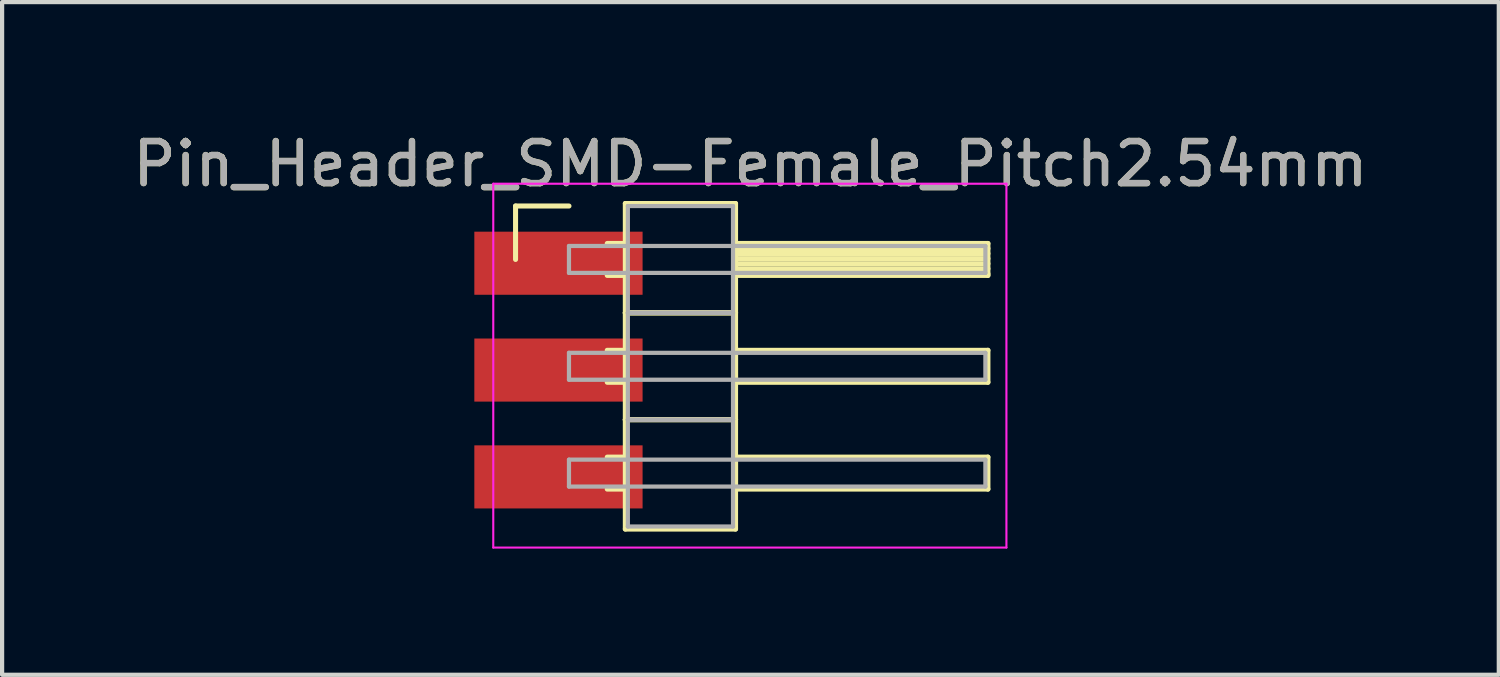
<source format=kicad_pcb>
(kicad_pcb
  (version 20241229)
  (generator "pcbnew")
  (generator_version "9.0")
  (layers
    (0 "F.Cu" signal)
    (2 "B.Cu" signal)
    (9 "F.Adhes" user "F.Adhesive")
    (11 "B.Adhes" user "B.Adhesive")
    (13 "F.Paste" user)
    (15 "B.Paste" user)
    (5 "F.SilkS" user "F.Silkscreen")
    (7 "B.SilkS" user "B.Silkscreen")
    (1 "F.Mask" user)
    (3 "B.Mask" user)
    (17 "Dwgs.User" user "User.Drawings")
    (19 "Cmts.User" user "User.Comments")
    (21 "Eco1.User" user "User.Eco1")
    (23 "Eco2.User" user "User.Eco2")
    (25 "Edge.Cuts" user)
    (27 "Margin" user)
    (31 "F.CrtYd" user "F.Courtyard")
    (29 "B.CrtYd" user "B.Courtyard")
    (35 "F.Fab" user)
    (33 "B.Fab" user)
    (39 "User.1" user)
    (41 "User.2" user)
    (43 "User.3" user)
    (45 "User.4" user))
  (footprint "Pin_Header_SMD-Female_Pitch2.54mm"
    (layer "F.Cu")
    (at 10.227 5.748)
    (property "Reference" "Pin_Header_SMD-Female_Pitch2.54mm" (at 4.565 -4.9 0) (layer "F.SilkS") (effects (font (size 1 1) (thickness 0.15))))
    (attr through_hole)
    (fp_line (start -1.02 -3.9) (end 0.25 -3.9) (stroke (width 0.12) (type solid)) (layer "F.SilkS"))
    (fp_line (start -1.02 -2.63) (end -1.02 -3.9) (stroke (width 0.12) (type solid)) (layer "F.SilkS"))
    (fp_line (start 1.16 -3.01) (end 1.59 -3.01) (stroke (width 0.12) (type solid)) (layer "F.SilkS"))
    (fp_line (start 1.16 -2.25) (end 1.59 -2.25) (stroke (width 0.12) (type solid)) (layer "F.SilkS"))
    (fp_line (start 1.16 -0.47) (end 1.59 -0.47) (stroke (width 0.12) (type solid)) (layer "F.SilkS"))
    (fp_line (start 1.16 0.29) (end 1.59 0.29) (stroke (width 0.12) (type solid)) (layer "F.SilkS"))
    (fp_line (start 1.16 2.07) (end 1.59 2.07) (stroke (width 0.12) (type solid)) (layer "F.SilkS"))
    (fp_line (start 1.16 2.83) (end 1.59 2.83) (stroke (width 0.12) (type solid)) (layer "F.SilkS"))
    (fp_line (start 1.59 -3.96) (end 1.59 -1.36) (stroke (width 0.12) (type solid)) (layer "F.SilkS"))
    (fp_line (start 1.59 -1.36) (end 1.59 1.18) (stroke (width 0.12) (type solid)) (layer "F.SilkS"))
    (fp_line (start 1.59 -1.36) (end 4.21 -1.36) (stroke (width 0.12) (type solid)) (layer "F.SilkS"))
    (fp_line (start 1.59 1.18) (end 1.59 3.78) (stroke (width 0.12) (type solid)) (layer "F.SilkS"))
    (fp_line (start 1.59 1.18) (end 4.21 1.18) (stroke (width 0.12) (type solid)) (layer "F.SilkS"))
    (fp_line (start 1.59 3.78) (end 4.21 3.78) (stroke (width 0.12) (type solid)) (layer "F.SilkS"))
    (fp_line (start 4.21 -3.96) (end 1.59 -3.96) (stroke (width 0.12) (type solid)) (layer "F.SilkS"))
    (fp_line (start 4.21 -3.01) (end 4.21 -2.25) (stroke (width 0.12) (type solid)) (layer "F.SilkS"))
    (fp_line (start 4.21 -2.89) (end 10.21 -2.89) (stroke (width 0.12) (type solid)) (layer "F.SilkS"))
    (fp_line (start 4.21 -2.77) (end 10.21 -2.77) (stroke (width 0.12) (type solid)) (layer "F.SilkS"))
    (fp_line (start 4.21 -2.65) (end 10.21 -2.65) (stroke (width 0.12) (type solid)) (layer "F.SilkS"))
    (fp_line (start 4.21 -2.53) (end 10.21 -2.53) (stroke (width 0.12) (type solid)) (layer "F.SilkS"))
    (fp_line (start 4.21 -2.41) (end 10.21 -2.41) (stroke (width 0.12) (type solid)) (layer "F.SilkS"))
    (fp_line (start 4.21 -2.29) (end 10.21 -2.29) (stroke (width 0.12) (type solid)) (layer "F.SilkS"))
    (fp_line (start 4.21 -2.25) (end 10.21 -2.25) (stroke (width 0.12) (type solid)) (layer "F.SilkS"))
    (fp_line (start 4.21 -1.36) (end 1.59 -1.36) (stroke (width 0.12) (type solid)) (layer "F.SilkS"))
    (fp_line (start 4.21 -1.36) (end 4.21 -3.96) (stroke (width 0.12) (type solid)) (layer "F.SilkS"))
    (fp_line (start 4.21 -0.47) (end 4.21 0.29) (stroke (width 0.12) (type solid)) (layer "F.SilkS"))
    (fp_line (start 4.21 0.29) (end 10.21 0.29) (stroke (width 0.12) (type solid)) (layer "F.SilkS"))
    (fp_line (start 4.21 1.18) (end 1.59 1.18) (stroke (width 0.12) (type solid)) (layer "F.SilkS"))
    (fp_line (start 4.21 1.18) (end 4.21 -1.36) (stroke (width 0.12) (type solid)) (layer "F.SilkS"))
    (fp_line (start 4.21 2.07) (end 4.21 2.83) (stroke (width 0.12) (type solid)) (layer "F.SilkS"))
    (fp_line (start 4.21 2.83) (end 10.21 2.83) (stroke (width 0.12) (type solid)) (layer "F.SilkS"))
    (fp_line (start 4.21 3.78) (end 4.21 1.18) (stroke (width 0.12) (type solid)) (layer "F.SilkS"))
    (fp_line (start 10.21 -3.01) (end 4.21 -3.01) (stroke (width 0.12) (type solid)) (layer "F.SilkS"))
    (fp_line (start 10.21 -2.25) (end 10.21 -3.01) (stroke (width 0.12) (type solid)) (layer "F.SilkS"))
    (fp_line (start 10.21 -0.47) (end 4.21 -0.47) (stroke (width 0.12) (type solid)) (layer "F.SilkS"))
    (fp_line (start 10.21 0.29) (end 10.21 -0.47) (stroke (width 0.12) (type solid)) (layer "F.SilkS"))
    (fp_line (start 10.21 2.07) (end 4.21 2.07) (stroke (width 0.12) (type solid)) (layer "F.SilkS"))
    (fp_line (start 10.21 2.83) (end 10.21 2.07) (stroke (width 0.12) (type solid)) (layer "F.SilkS"))
    (fp_line (start -1.55 -4.43) (end -1.55 4.22) (stroke (width 0.05) (type solid)) (layer "F.CrtYd"))
    (fp_line (start -1.55 4.22) (end 10.65 4.22) (stroke (width 0.05) (type solid)) (layer "F.CrtYd"))
    (fp_line (start 10.65 -4.43) (end -1.55 -4.43) (stroke (width 0.05) (type solid)) (layer "F.CrtYd"))
    (fp_line (start 10.65 4.22) (end 10.65 -4.43) (stroke (width 0.05) (type solid)) (layer "F.CrtYd"))
    (fp_line (start 0.25 -2.95) (end 0.25 -2.31) (stroke (width 0.1) (type solid)) (layer "F.Fab"))
    (fp_line (start 0.25 -2.31) (end 10.15 -2.31) (stroke (width 0.1) (type solid)) (layer "F.Fab"))
    (fp_line (start 0.25 -0.41) (end 0.25 0.23) (stroke (width 0.1) (type solid)) (layer "F.Fab"))
    (fp_line (start 0.25 0.23) (end 10.15 0.23) (stroke (width 0.1) (type solid)) (layer "F.Fab"))
    (fp_line (start 0.25 2.13) (end 0.25 2.77) (stroke (width 0.1) (type solid)) (layer "F.Fab"))
    (fp_line (start 0.25 2.77) (end 10.15 2.77) (stroke (width 0.1) (type solid)) (layer "F.Fab"))
    (fp_line (start 1.65 -3.9) (end 1.65 -1.36) (stroke (width 0.1) (type solid)) (layer "F.Fab"))
    (fp_line (start 1.65 -1.36) (end 1.65 1.18) (stroke (width 0.1) (type solid)) (layer "F.Fab"))
    (fp_line (start 1.65 -1.36) (end 4.15 -1.36) (stroke (width 0.1) (type solid)) (layer "F.Fab"))
    (fp_line (start 1.65 1.18) (end 1.65 3.72) (stroke (width 0.1) (type solid)) (layer "F.Fab"))
    (fp_line (start 1.65 1.18) (end 4.15 1.18) (stroke (width 0.1) (type solid)) (layer "F.Fab"))
    (fp_line (start 1.65 3.72) (end 4.15 3.72) (stroke (width 0.1) (type solid)) (layer "F.Fab"))
    (fp_line (start 4.15 -3.9) (end 1.65 -3.9) (stroke (width 0.1) (type solid)) (layer "F.Fab"))
    (fp_line (start 4.15 -1.36) (end 1.65 -1.36) (stroke (width 0.1) (type solid)) (layer "F.Fab"))
    (fp_line (start 4.15 -1.36) (end 4.15 -3.9) (stroke (width 0.1) (type solid)) (layer "F.Fab"))
    (fp_line (start 4.15 1.18) (end 1.65 1.18) (stroke (width 0.1) (type solid)) (layer "F.Fab"))
    (fp_line (start 4.15 1.18) (end 4.15 -1.36) (stroke (width 0.1) (type solid)) (layer "F.Fab"))
    (fp_line (start 4.15 3.72) (end 4.15 1.18) (stroke (width 0.1) (type solid)) (layer "F.Fab"))
    (fp_line (start 10.15 -2.95) (end 0.25 -2.95) (stroke (width 0.1) (type solid)) (layer "F.Fab"))
    (fp_line (start 10.15 -2.31) (end 10.15 -2.95) (stroke (width 0.1) (type solid)) (layer "F.Fab"))
    (fp_line (start 10.15 -0.41) (end 0.25 -0.41) (stroke (width 0.1) (type solid)) (layer "F.Fab"))
    (fp_line (start 10.15 0.23) (end 10.15 -0.41) (stroke (width 0.1) (type solid)) (layer "F.Fab"))
    (fp_line (start 10.15 2.13) (end 0.25 2.13) (stroke (width 0.1) (type solid)) (layer "F.Fab"))
    (fp_line (start 10.15 2.77) (end 10.15 2.13) (stroke (width 0.1) (type solid)) (layer "F.Fab"))
    (fp_text user "${REFERENCE}" (at 4.565 -4.9 0) (layer "F.Fab") (effects (font (size 1 1) (thickness 0.15))))
    (pad "1" smd rect (at 0 -2.54) (size 4 1.5) (layers "F.Cu" "F.Mask" "F.Paste"))
    (pad "2" smd rect (at 0 0) (size 4 1.5) (layers "F.Cu" "F.Mask" "F.Paste"))
    (pad "3" smd rect (at 0 2.54) (size 4 1.5) (layers "F.Cu" "F.Mask" "F.Paste")))
  (gr_rect
    (start -3 -3)
    (end 32.583 12.993)
    (stroke (width 0.1) (type default))
    (fill no)
    (layer "Edge.Cuts")))
</source>
